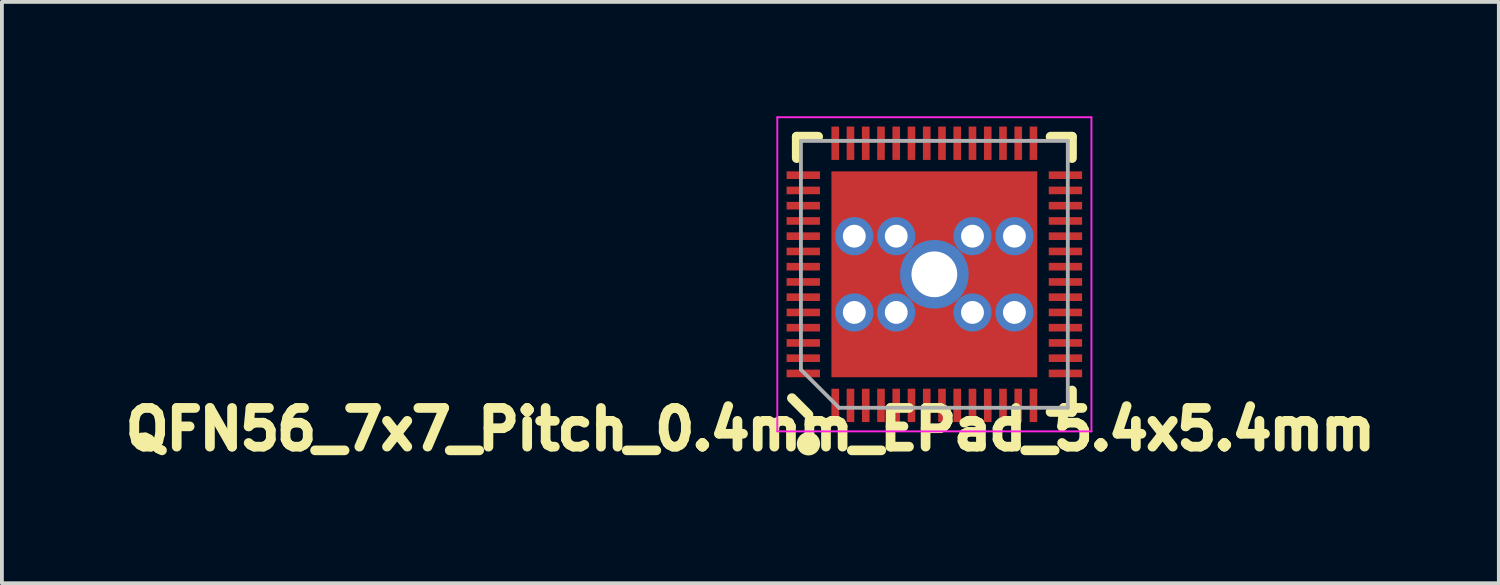
<source format=kicad_pcb>
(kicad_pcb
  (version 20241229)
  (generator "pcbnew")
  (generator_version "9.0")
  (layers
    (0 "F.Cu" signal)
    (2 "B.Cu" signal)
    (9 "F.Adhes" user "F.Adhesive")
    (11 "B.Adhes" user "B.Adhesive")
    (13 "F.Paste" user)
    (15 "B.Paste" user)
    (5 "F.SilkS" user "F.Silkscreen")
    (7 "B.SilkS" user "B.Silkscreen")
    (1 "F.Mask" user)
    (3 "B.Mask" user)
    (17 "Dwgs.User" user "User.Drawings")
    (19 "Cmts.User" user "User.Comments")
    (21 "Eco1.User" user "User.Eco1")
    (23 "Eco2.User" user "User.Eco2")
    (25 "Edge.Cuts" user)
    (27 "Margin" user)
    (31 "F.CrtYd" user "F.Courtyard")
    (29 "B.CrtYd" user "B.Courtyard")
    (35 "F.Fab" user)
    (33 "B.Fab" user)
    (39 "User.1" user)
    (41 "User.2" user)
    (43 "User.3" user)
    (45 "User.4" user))
  (footprint "QFN56_7x7_Pitch_0.4mm_EPad_5.4x5.4mm"
    (layer "F.Cu")
    (at 21.458 4.145)
    (property "Reference" "QFN56_7x7_Pitch_0.4mm_EPad_5.4x5.4mm" (at -4.826 4.064 0) (layer "F.SilkS") (effects (font (size 1.016 1.016) (thickness 0.254))))
    (attr smd)
    (fp_line (start -3.61 -3.61) (end -3.048 -3.61) (stroke (width 0.254) (type solid)) (layer "F.SilkS"))
    (fp_line (start -3.61 -3.048) (end -3.61 -3.61) (stroke (width 0.254) (type solid)) (layer "F.SilkS"))
    (fp_line (start -3.302 3.683) (end -3.737 3.248) (stroke (width 0.254) (type solid)) (layer "F.SilkS"))
    (fp_line (start 3.61 -3.61) (end 3.048 -3.61) (stroke (width 0.254) (type solid)) (layer "F.SilkS"))
    (fp_line (start 3.61 -3.048) (end 3.61 -3.61) (stroke (width 0.254) (type solid)) (layer "F.SilkS"))
    (fp_line (start 3.61 3.048) (end 3.61 3.61) (stroke (width 0.254) (type solid)) (layer "F.SilkS"))
    (fp_line (start 3.61 3.61) (end 3.048 3.61) (stroke (width 0.254) (type solid)) (layer "F.SilkS"))
    (fp_circle (center -3.302 4.445) (end -3.175 4.318) (stroke (width 0.254) (type solid)) (fill no) (layer "F.SilkS"))
    (fp_line (start -4.12 -4.12) (end -4.12 4.12) (stroke (width 0.05) (type solid)) (layer "F.CrtYd"))
    (fp_line (start -4.12 4.12) (end 4.12 4.12) (stroke (width 0.05) (type solid)) (layer "F.CrtYd"))
    (fp_line (start 4.12 -4.12) (end -4.12 -4.12) (stroke (width 0.05) (type solid)) (layer "F.CrtYd"))
    (fp_line (start 4.12 4.12) (end 4.12 -4.12) (stroke (width 0.05) (type solid)) (layer "F.CrtYd"))
    (fp_line (start -3.5 -3.5) (end 3.5 -3.5) (stroke (width 0.1) (type solid)) (layer "F.Fab"))
    (fp_line (start -3.5 2.5) (end -3.5 -3.5) (stroke (width 0.1) (type solid)) (layer "F.Fab"))
    (fp_line (start -2.5 3.5) (end -3.5 2.5) (stroke (width 0.1) (type solid)) (layer "F.Fab"))
    (fp_line (start 3.5 -3.5) (end 3.5 3.5) (stroke (width 0.1) (type solid)) (layer "F.Fab"))
    (fp_line (start 3.5 3.5) (end -2.5 3.5) (stroke (width 0.1) (type solid)) (layer "F.Fab"))
    (pad "" smd rect (at -3.438 -2.6 180) (size 0.886 0.211) (layers "F.Paste"))
    (pad "" smd rect (at -3.438 -2.2 180) (size 0.886 0.211) (layers "F.Paste"))
    (pad "" smd rect (at -3.438 -1.8 180) (size 0.886 0.211) (layers "F.Paste"))
    (pad "" smd rect (at -3.438 -1.4 180) (size 0.886 0.211) (layers "F.Paste"))
    (pad "" smd rect (at -3.438 -1 180) (size 0.886 0.211) (layers "F.Paste"))
    (pad "" smd rect (at -3.438 -0.6 180) (size 0.886 0.211) (layers "F.Paste"))
    (pad "" smd rect (at -3.438 -0.2 180) (size 0.886 0.211) (layers "F.Paste"))
    (pad "" smd rect (at -3.438 0.2 180) (size 0.886 0.211) (layers "F.Paste"))
    (pad "" smd rect (at -3.438 0.6 180) (size 0.886 0.211) (layers "F.Paste"))
    (pad "" smd rect (at -3.438 1 180) (size 0.886 0.211) (layers "F.Paste"))
    (pad "" smd rect (at -3.438 1.4 180) (size 0.886 0.211) (layers "F.Paste"))
    (pad "" smd rect (at -3.438 1.8 180) (size 0.886 0.211) (layers "F.Paste"))
    (pad "" smd rect (at -3.438 2.2 180) (size 0.886 0.211) (layers "F.Paste"))
    (pad "" smd rect (at -3.438 2.6 180) (size 0.886 0.211) (layers "F.Paste"))
    (pad "" smd rect (at -2.6 -3.438 270) (size 0.886 0.211) (layers "F.Paste"))
    (pad "" smd rect (at -2.6 3.438 90) (size 0.886 0.211) (layers "F.Paste"))
    (pad "" smd rect (at -2.2 -3.438 270) (size 0.886 0.211) (layers "F.Paste"))
    (pad "" smd rect (at -2.2 3.438 90) (size 0.886 0.211) (layers "F.Paste"))
    (pad "" smd rect (at -1.8 -3.438 270) (size 0.886 0.211) (layers "F.Paste"))
    (pad "" smd rect (at -1.8 3.438 90) (size 0.886 0.211) (layers "F.Paste"))
    (pad "" smd rect (at -1.65 -2 90) (size 1 1.7) (layers "F.Paste"))
    (pad "" smd rect (at -1.65 0 90) (size 1 1.7) (layers "F.Paste"))
    (pad "" smd rect (at -1.65 2 90) (size 1 1.7) (layers "F.Paste"))
    (pad "" smd rect (at -1.4 -3.438 270) (size 0.886 0.211) (layers "F.Paste"))
    (pad "" smd rect (at -1.4 3.438 90) (size 0.886 0.211) (layers "F.Paste"))
    (pad "" smd rect (at -1 -3.438 270) (size 0.886 0.211) (layers "F.Paste"))
    (pad "" smd rect (at -1 3.438 90) (size 0.886 0.211) (layers "F.Paste"))
    (pad "" smd rect (at -0.6 -3.438 270) (size 0.886 0.211) (layers "F.Paste"))
    (pad "" smd rect (at -0.6 3.438 90) (size 0.886 0.211) (layers "F.Paste"))
    (pad "" smd rect (at -0.2 -3.438 270) (size 0.886 0.211) (layers "F.Paste"))
    (pad "" smd rect (at -0.2 3.438 90) (size 0.886 0.211) (layers "F.Paste"))
    (pad "" smd rect (at 0 -1.7 180) (size 0.8 1.6) (layers "F.Paste"))
    (pad "" smd rect (at 0 1.7 180) (size 0.8 1.6) (layers "F.Paste"))
    (pad "" smd rect (at 0.2 -3.438 270) (size 0.886 0.211) (layers "F.Paste"))
    (pad "" smd rect (at 0.2 3.438 90) (size 0.886 0.211) (layers "F.Paste"))
    (pad "" smd rect (at 0.6 -3.438 270) (size 0.886 0.211) (layers "F.Paste"))
    (pad "" smd rect (at 0.6 3.438 90) (size 0.886 0.211) (layers "F.Paste"))
    (pad "" smd rect (at 1 -3.438 270) (size 0.886 0.211) (layers "F.Paste"))
    (pad "" smd rect (at 1 3.438 90) (size 0.886 0.211) (layers "F.Paste"))
    (pad "" smd rect (at 1.4 -3.438 270) (size 0.886 0.211) (layers "F.Paste"))
    (pad "" smd rect (at 1.4 3.438 90) (size 0.886 0.211) (layers "F.Paste"))
    (pad "" smd rect (at 1.65 -2 90) (size 1 1.7) (layers "F.Paste"))
    (pad "" smd rect (at 1.65 0 90) (size 1 1.7) (layers "F.Paste"))
    (pad "" smd rect (at 1.65 2 90) (size 1 1.7) (layers "F.Paste"))
    (pad "" smd rect (at 1.8 -3.438 270) (size 0.886 0.211) (layers "F.Paste"))
    (pad "" smd rect (at 1.8 3.438 90) (size 0.886 0.211) (layers "F.Paste"))
    (pad "" smd rect (at 2.2 -3.438 270) (size 0.886 0.211) (layers "F.Paste"))
    (pad "" smd rect (at 2.2 3.438 90) (size 0.886 0.211) (layers "F.Paste"))
    (pad "" smd rect (at 2.6 -3.438 270) (size 0.886 0.211) (layers "F.Paste"))
    (pad "" smd rect (at 2.6 3.438 90) (size 0.886 0.211) (layers "F.Paste"))
    (pad "" smd rect (at 3.438 -2.6 180) (size 0.886 0.211) (layers "F.Paste"))
    (pad "" smd rect (at 3.438 -2.2 180) (size 0.886 0.211) (layers "F.Paste"))
    (pad "" smd rect (at 3.438 -1.8 180) (size 0.886 0.211) (layers "F.Paste"))
    (pad "" smd rect (at 3.438 -1.4 180) (size 0.886 0.211) (layers "F.Paste"))
    (pad "" smd rect (at 3.438 -1 180) (size 0.886 0.211) (layers "F.Paste"))
    (pad "" smd rect (at 3.438 -0.6 180) (size 0.886 0.211) (layers "F.Paste"))
    (pad "" smd rect (at 3.438 -0.2 180) (size 0.886 0.211) (layers "F.Paste"))
    (pad "" smd rect (at 3.438 0.2 180) (size 0.886 0.211) (layers "F.Paste"))
    (pad "" smd rect (at 3.438 0.6 180) (size 0.886 0.211) (layers "F.Paste"))
    (pad "" smd rect (at 3.438 1 180) (size 0.886 0.211) (layers "F.Paste"))
    (pad "" smd rect (at 3.438 1.4 180) (size 0.886 0.211) (layers "F.Paste"))
    (pad "" smd rect (at 3.438 1.8 180) (size 0.886 0.211) (layers "F.Paste"))
    (pad "" smd rect (at 3.438 2.2 180) (size 0.886 0.211) (layers "F.Paste"))
    (pad "" smd rect (at 3.438 2.6 180) (size 0.886 0.211) (layers "F.Paste"))
    (pad "1" smd rect (at -2.6 3.438 90) (size 0.875 0.2) (layers "F.Cu" "F.Mask"))
    (pad "2" smd rect (at -2.2 3.438 90) (size 0.875 0.2) (layers "F.Cu" "F.Mask"))
    (pad "3" smd rect (at -1.8 3.438 90) (size 0.875 0.2) (layers "F.Cu" "F.Mask"))
    (pad "4" smd rect (at -1.4 3.438 90) (size 0.875 0.2) (layers "F.Cu" "F.Mask"))
    (pad "5" smd rect (at -1 3.438 90) (size 0.875 0.2) (layers "F.Cu" "F.Mask"))
    (pad "6" smd rect (at -0.6 3.438 90) (size 0.875 0.2) (layers "F.Cu" "F.Mask"))
    (pad "7" smd rect (at -0.2 3.438 90) (size 0.875 0.2) (layers "F.Cu" "F.Mask"))
    (pad "8" smd rect (at 0.2 3.438 90) (size 0.875 0.2) (layers "F.Cu" "F.Mask"))
    (pad "9" smd rect (at 0.6 3.438 90) (size 0.875 0.2) (layers "F.Cu" "F.Mask"))
    (pad "10" smd rect (at 1 3.438 90) (size 0.875 0.2) (layers "F.Cu" "F.Mask"))
    (pad "11" smd rect (at 1.4 3.438 90) (size 0.875 0.2) (layers "F.Cu" "F.Mask"))
    (pad "12" smd rect (at 1.8 3.438 90) (size 0.875 0.2) (layers "F.Cu" "F.Mask"))
    (pad "13" smd rect (at 2.2 3.438 90) (size 0.875 0.2) (layers "F.Cu" "F.Mask"))
    (pad "14" smd rect (at 2.6 3.438 90) (size 0.875 0.2) (layers "F.Cu" "F.Mask"))
    (pad "15" smd rect (at 3.438 2.6 90) (size 0.2 0.875) (layers "F.Cu" "F.Mask"))
    (pad "16" smd rect (at 3.438 2.2 90) (size 0.2 0.875) (layers "F.Cu" "F.Mask"))
    (pad "17" smd rect (at 3.438 1.8 90) (size 0.2 0.875) (layers "F.Cu" "F.Mask"))
    (pad "18" smd rect (at 3.438 1.4 90) (size 0.2 0.875) (layers "F.Cu" "F.Mask"))
    (pad "19" smd rect (at 3.438 1 90) (size 0.2 0.875) (layers "F.Cu" "F.Mask"))
    (pad "20" smd rect (at 3.438 0.6 90) (size 0.2 0.875) (layers "F.Cu" "F.Mask"))
    (pad "21" smd rect (at 3.438 0.2 90) (size 0.2 0.875) (layers "F.Cu" "F.Mask"))
    (pad "22" smd rect (at 3.438 -0.2 90) (size 0.2 0.875) (layers "F.Cu" "F.Mask"))
    (pad "23" smd rect (at 3.438 -0.6 90) (size 0.2 0.875) (layers "F.Cu" "F.Mask"))
    (pad "24" smd rect (at 3.438 -1 90) (size 0.2 0.875) (layers "F.Cu" "F.Mask"))
    (pad "25" smd rect (at 3.438 -1.4 90) (size 0.2 0.875) (layers "F.Cu" "F.Mask"))
    (pad "26" smd rect (at 3.438 -1.8 90) (size 0.2 0.875) (layers "F.Cu" "F.Mask"))
    (pad "27" smd rect (at 3.438 -2.2 90) (size 0.2 0.875) (layers "F.Cu" "F.Mask"))
    (pad "28" smd rect (at 3.438 -2.6 90) (size 0.2 0.875) (layers "F.Cu" "F.Mask"))
    (pad "29" smd rect (at 2.6 -3.438 90) (size 0.875 0.2) (layers "F.Cu" "F.Mask"))
    (pad "30" smd rect (at 2.2 -3.438 90) (size 0.875 0.2) (layers "F.Cu" "F.Mask"))
    (pad "31" smd rect (at 1.8 -3.438 90) (size 0.875 0.2) (layers "F.Cu" "F.Mask"))
    (pad "32" smd rect (at 1.4 -3.438 90) (size 0.875 0.2) (layers "F.Cu" "F.Mask"))
    (pad "33" smd rect (at 1 -3.438 90) (size 0.875 0.2) (layers "F.Cu" "F.Mask"))
    (pad "34" smd rect (at 0.6 -3.438 90) (size 0.875 0.2) (layers "F.Cu" "F.Mask"))
    (pad "35" smd rect (at 0.2 -3.438 90) (size 0.875 0.2) (layers "F.Cu" "F.Mask"))
    (pad "36" smd rect (at -0.2 -3.438 90) (size 0.875 0.2) (layers "F.Cu" "F.Mask"))
    (pad "37" smd rect (at -0.6 -3.438 90) (size 0.875 0.2) (layers "F.Cu" "F.Mask"))
    (pad "38" smd rect (at -1 -3.438 90) (size 0.875 0.2) (layers "F.Cu" "F.Mask"))
    (pad "39" smd rect (at -1.4 -3.438 90) (size 0.875 0.2) (layers "F.Cu" "F.Mask"))
    (pad "40" smd rect (at -1.8 -3.438 90) (size 0.875 0.2) (layers "F.Cu" "F.Mask"))
    (pad "41" smd rect (at -2.2 -3.438 90) (size 0.875 0.2) (layers "F.Cu" "F.Mask"))
    (pad "42" smd rect (at -2.6 -3.438 90) (size 0.875 0.2) (layers "F.Cu" "F.Mask"))
    (pad "43" smd rect (at -3.438 -2.6 90) (size 0.2 0.875) (layers "F.Cu" "F.Mask"))
    (pad "44" smd rect (at -3.438 -2.2 90) (size 0.2 0.875) (layers "F.Cu" "F.Mask"))
    (pad "45" smd rect (at -3.438 -1.8 90) (size 0.2 0.875) (layers "F.Cu" "F.Mask"))
    (pad "46" smd rect (at -3.438 -1.4 90) (size 0.2 0.875) (layers "F.Cu" "F.Mask"))
    (pad "47" smd rect (at -3.438 -1 90) (size 0.2 0.875) (layers "F.Cu" "F.Mask"))
    (pad "48" smd rect (at -3.438 -0.6 90) (size 0.2 0.875) (layers "F.Cu" "F.Mask"))
    (pad "49" smd rect (at -3.438 -0.2 90) (size 0.2 0.875) (layers "F.Cu" "F.Mask"))
    (pad "50" smd rect (at -3.438 0.2 90) (size 0.2 0.875) (layers "F.Cu" "F.Mask"))
    (pad "51" smd rect (at -3.438 0.6 90) (size 0.2 0.875) (layers "F.Cu" "F.Mask"))
    (pad "52" smd rect (at -3.438 1 90) (size 0.2 0.875) (layers "F.Cu" "F.Mask"))
    (pad "53" smd rect (at -3.438 1.4 90) (size 0.2 0.875) (layers "F.Cu" "F.Mask"))
    (pad "54" smd rect (at -3.438 1.8 90) (size 0.2 0.875) (layers "F.Cu" "F.Mask"))
    (pad "55" smd rect (at -3.438 2.2 90) (size 0.2 0.875) (layers "F.Cu" "F.Mask"))
    (pad "56" smd rect (at -3.438 2.6 90) (size 0.2 0.875) (layers "F.Cu" "F.Mask"))
    (pad "57" thru_hole circle (at -2.1 -1 90) (size 1 1) (drill 0.6) (layers "*.Cu"))
    (pad "57" thru_hole circle (at -2.1 1 90) (size 1 1) (drill 0.6) (layers "*.Cu"))
    (pad "57" thru_hole circle (at -1 -1 90) (size 1 1) (drill 0.6) (layers "*.Cu"))
    (pad "57" thru_hole circle (at -1 1 90) (size 1 1) (drill 0.6) (layers "*.Cu"))
    (pad "57" thru_hole circle (at 0 0 90) (size 1.8 1.8) (drill 1.2) (layers "*.Cu" "*.Mask"))
    (pad "57" smd rect (at 0 0 90) (size 3.2 3.2) (layers "F.Cu" "F.Mask"))
    (pad "57" smd rect (at 0 0 90) (size 5.4 5.4) (layers "F.Cu" "F.Mask"))
    (pad "57" thru_hole circle (at 1 -1 90) (size 1 1) (drill 0.6) (layers "*.Cu"))
    (pad "57" thru_hole circle (at 1 1 90) (size 1 1) (drill 0.6) (layers "*.Cu"))
    (pad "57" thru_hole circle (at 2.1 -1 90) (size 1 1) (drill 0.6) (layers "*.Cu"))
    (pad "57" thru_hole circle (at 2.1 1 90) (size 1 1) (drill 0.6) (layers "*.Cu")))
  (gr_rect
    (start -3 -3)
    (end 36.264 12.249)
    (stroke (width 0.1) (type default))
    (fill no)
    (layer "Edge.Cuts")))
</source>
